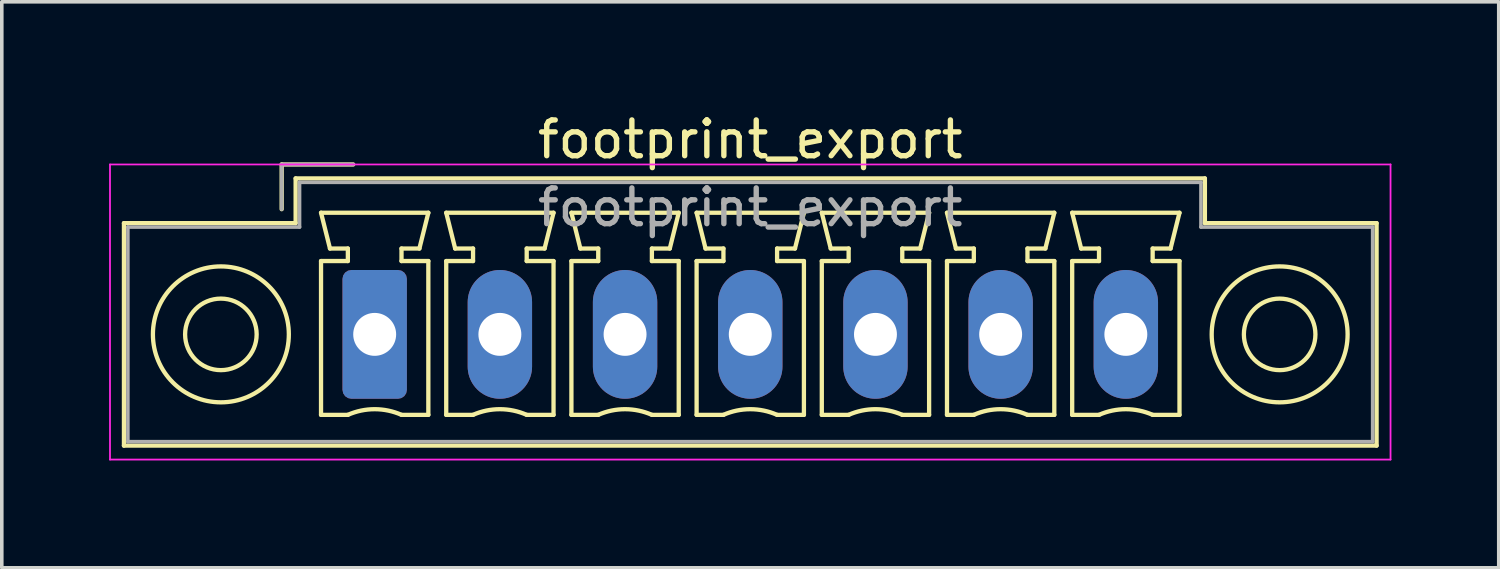
<source format=kicad_pcb>
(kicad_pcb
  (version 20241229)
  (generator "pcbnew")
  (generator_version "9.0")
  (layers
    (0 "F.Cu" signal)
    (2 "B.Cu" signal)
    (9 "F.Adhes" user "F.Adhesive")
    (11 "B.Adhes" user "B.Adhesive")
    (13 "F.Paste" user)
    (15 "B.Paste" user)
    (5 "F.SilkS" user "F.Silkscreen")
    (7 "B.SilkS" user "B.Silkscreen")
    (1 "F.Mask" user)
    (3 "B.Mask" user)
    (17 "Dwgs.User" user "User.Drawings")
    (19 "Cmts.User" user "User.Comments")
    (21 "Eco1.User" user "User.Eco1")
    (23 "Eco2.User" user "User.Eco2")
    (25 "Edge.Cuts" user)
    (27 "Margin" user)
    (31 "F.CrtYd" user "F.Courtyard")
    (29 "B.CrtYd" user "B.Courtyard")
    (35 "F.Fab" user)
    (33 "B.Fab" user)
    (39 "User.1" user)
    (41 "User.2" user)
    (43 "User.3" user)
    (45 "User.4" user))
  (footprint "footprint_export"
    (layer "F.Cu")
    (at 7.425 6.298)
    (property "Reference" "footprint_export" (at 10.5 -5.45 0) (layer "F.SilkS") (effects (font (size 1 1) (thickness 0.15))))
    (attr through_hole)
    (fp_line (start -7.01 -3.11) (end -7.01 3.11) (stroke (width 0.12) (type solid)) (layer "F.SilkS"))
    (fp_line (start -7.01 3.11) (end 28.01 3.11) (stroke (width 0.12) (type solid)) (layer "F.SilkS"))
    (fp_line (start -2.6 -4.75) (end -0.6 -4.75) (stroke (width 0.12) (type solid)) (layer "F.SilkS"))
    (fp_line (start -2.6 -3.5) (end -2.6 -4.75) (stroke (width 0.12) (type solid)) (layer "F.SilkS"))
    (fp_line (start -2.21 -4.36) (end -2.21 -3.11) (stroke (width 0.12) (type solid)) (layer "F.SilkS"))
    (fp_line (start -2.21 -3.11) (end -7.01 -3.11) (stroke (width 0.12) (type solid)) (layer "F.SilkS"))
    (fp_line (start -1.5 -3.4) (end 1.5 -3.4) (stroke (width 0.12) (type solid)) (layer "F.SilkS"))
    (fp_line (start -1.5 -2.05) (end -0.75 -2.05) (stroke (width 0.12) (type solid)) (layer "F.SilkS"))
    (fp_line (start -1.5 2.25) (end -1.5 -2.05) (stroke (width 0.12) (type solid)) (layer "F.SilkS"))
    (fp_line (start -1.25 -2.4) (end -1.5 -3.4) (stroke (width 0.12) (type solid)) (layer "F.SilkS"))
    (fp_line (start -0.75 -2.4) (end -1.25 -2.4) (stroke (width 0.12) (type solid)) (layer "F.SilkS"))
    (fp_line (start -0.75 -2.05) (end -0.75 -2.4) (stroke (width 0.12) (type solid)) (layer "F.SilkS"))
    (fp_line (start -0.75 2.25) (end -1.5 2.25) (stroke (width 0.12) (type solid)) (layer "F.SilkS"))
    (fp_line (start 0.75 -2.4) (end 0.75 -2.05) (stroke (width 0.12) (type solid)) (layer "F.SilkS"))
    (fp_line (start 0.75 -2.05) (end 1.5 -2.05) (stroke (width 0.12) (type solid)) (layer "F.SilkS"))
    (fp_line (start 1.25 -2.4) (end 0.75 -2.4) (stroke (width 0.12) (type solid)) (layer "F.SilkS"))
    (fp_line (start 1.5 -3.4) (end 1.25 -2.4) (stroke (width 0.12) (type solid)) (layer "F.SilkS"))
    (fp_line (start 1.5 -2.05) (end 1.5 2.25) (stroke (width 0.12) (type solid)) (layer "F.SilkS"))
    (fp_line (start 1.5 2.25) (end 0.75 2.25) (stroke (width 0.12) (type solid)) (layer "F.SilkS"))
    (fp_line (start 2 -3.4) (end 5 -3.4) (stroke (width 0.12) (type solid)) (layer "F.SilkS"))
    (fp_line (start 2 -2.05) (end 2.75 -2.05) (stroke (width 0.12) (type solid)) (layer "F.SilkS"))
    (fp_line (start 2 2.25) (end 2 -2.05) (stroke (width 0.12) (type solid)) (layer "F.SilkS"))
    (fp_line (start 2.25 -2.4) (end 2 -3.4) (stroke (width 0.12) (type solid)) (layer "F.SilkS"))
    (fp_line (start 2.75 -2.4) (end 2.25 -2.4) (stroke (width 0.12) (type solid)) (layer "F.SilkS"))
    (fp_line (start 2.75 -2.05) (end 2.75 -2.4) (stroke (width 0.12) (type solid)) (layer "F.SilkS"))
    (fp_line (start 2.75 2.25) (end 2 2.25) (stroke (width 0.12) (type solid)) (layer "F.SilkS"))
    (fp_line (start 4.25 -2.4) (end 4.25 -2.05) (stroke (width 0.12) (type solid)) (layer "F.SilkS"))
    (fp_line (start 4.25 -2.05) (end 5 -2.05) (stroke (width 0.12) (type solid)) (layer "F.SilkS"))
    (fp_line (start 4.75 -2.4) (end 4.25 -2.4) (stroke (width 0.12) (type solid)) (layer "F.SilkS"))
    (fp_line (start 5 -3.4) (end 4.75 -2.4) (stroke (width 0.12) (type solid)) (layer "F.SilkS"))
    (fp_line (start 5 -2.05) (end 5 2.25) (stroke (width 0.12) (type solid)) (layer "F.SilkS"))
    (fp_line (start 5 2.25) (end 4.25 2.25) (stroke (width 0.12) (type solid)) (layer "F.SilkS"))
    (fp_line (start 5.5 -3.4) (end 8.5 -3.4) (stroke (width 0.12) (type solid)) (layer "F.SilkS"))
    (fp_line (start 5.5 -2.05) (end 6.25 -2.05) (stroke (width 0.12) (type solid)) (layer "F.SilkS"))
    (fp_line (start 5.5 2.25) (end 5.5 -2.05) (stroke (width 0.12) (type solid)) (layer "F.SilkS"))
    (fp_line (start 5.75 -2.4) (end 5.5 -3.4) (stroke (width 0.12) (type solid)) (layer "F.SilkS"))
    (fp_line (start 6.25 -2.4) (end 5.75 -2.4) (stroke (width 0.12) (type solid)) (layer "F.SilkS"))
    (fp_line (start 6.25 -2.05) (end 6.25 -2.4) (stroke (width 0.12) (type solid)) (layer "F.SilkS"))
    (fp_line (start 6.25 2.25) (end 5.5 2.25) (stroke (width 0.12) (type solid)) (layer "F.SilkS"))
    (fp_line (start 7.75 -2.4) (end 7.75 -2.05) (stroke (width 0.12) (type solid)) (layer "F.SilkS"))
    (fp_line (start 7.75 -2.05) (end 8.5 -2.05) (stroke (width 0.12) (type solid)) (layer "F.SilkS"))
    (fp_line (start 8.25 -2.4) (end 7.75 -2.4) (stroke (width 0.12) (type solid)) (layer "F.SilkS"))
    (fp_line (start 8.5 -3.4) (end 8.25 -2.4) (stroke (width 0.12) (type solid)) (layer "F.SilkS"))
    (fp_line (start 8.5 -2.05) (end 8.5 2.25) (stroke (width 0.12) (type solid)) (layer "F.SilkS"))
    (fp_line (start 8.5 2.25) (end 7.75 2.25) (stroke (width 0.12) (type solid)) (layer "F.SilkS"))
    (fp_line (start 9 -3.4) (end 12 -3.4) (stroke (width 0.12) (type solid)) (layer "F.SilkS"))
    (fp_line (start 9 -2.05) (end 9.75 -2.05) (stroke (width 0.12) (type solid)) (layer "F.SilkS"))
    (fp_line (start 9 2.25) (end 9 -2.05) (stroke (width 0.12) (type solid)) (layer "F.SilkS"))
    (fp_line (start 9.25 -2.4) (end 9 -3.4) (stroke (width 0.12) (type solid)) (layer "F.SilkS"))
    (fp_line (start 9.75 -2.4) (end 9.25 -2.4) (stroke (width 0.12) (type solid)) (layer "F.SilkS"))
    (fp_line (start 9.75 -2.05) (end 9.75 -2.4) (stroke (width 0.12) (type solid)) (layer "F.SilkS"))
    (fp_line (start 9.75 2.25) (end 9 2.25) (stroke (width 0.12) (type solid)) (layer "F.SilkS"))
    (fp_line (start 11.25 -2.4) (end 11.25 -2.05) (stroke (width 0.12) (type solid)) (layer "F.SilkS"))
    (fp_line (start 11.25 -2.05) (end 12 -2.05) (stroke (width 0.12) (type solid)) (layer "F.SilkS"))
    (fp_line (start 11.75 -2.4) (end 11.25 -2.4) (stroke (width 0.12) (type solid)) (layer "F.SilkS"))
    (fp_line (start 12 -3.4) (end 11.75 -2.4) (stroke (width 0.12) (type solid)) (layer "F.SilkS"))
    (fp_line (start 12 -2.05) (end 12 2.25) (stroke (width 0.12) (type solid)) (layer "F.SilkS"))
    (fp_line (start 12 2.25) (end 11.25 2.25) (stroke (width 0.12) (type solid)) (layer "F.SilkS"))
    (fp_line (start 12.5 -3.4) (end 15.5 -3.4) (stroke (width 0.12) (type solid)) (layer "F.SilkS"))
    (fp_line (start 12.5 -2.05) (end 13.25 -2.05) (stroke (width 0.12) (type solid)) (layer "F.SilkS"))
    (fp_line (start 12.5 2.25) (end 12.5 -2.05) (stroke (width 0.12) (type solid)) (layer "F.SilkS"))
    (fp_line (start 12.75 -2.4) (end 12.5 -3.4) (stroke (width 0.12) (type solid)) (layer "F.SilkS"))
    (fp_line (start 13.25 -2.4) (end 12.75 -2.4) (stroke (width 0.12) (type solid)) (layer "F.SilkS"))
    (fp_line (start 13.25 -2.05) (end 13.25 -2.4) (stroke (width 0.12) (type solid)) (layer "F.SilkS"))
    (fp_line (start 13.25 2.25) (end 12.5 2.25) (stroke (width 0.12) (type solid)) (layer "F.SilkS"))
    (fp_line (start 14.75 -2.4) (end 14.75 -2.05) (stroke (width 0.12) (type solid)) (layer "F.SilkS"))
    (fp_line (start 14.75 -2.05) (end 15.5 -2.05) (stroke (width 0.12) (type solid)) (layer "F.SilkS"))
    (fp_line (start 15.25 -2.4) (end 14.75 -2.4) (stroke (width 0.12) (type solid)) (layer "F.SilkS"))
    (fp_line (start 15.5 -3.4) (end 15.25 -2.4) (stroke (width 0.12) (type solid)) (layer "F.SilkS"))
    (fp_line (start 15.5 -2.05) (end 15.5 2.25) (stroke (width 0.12) (type solid)) (layer "F.SilkS"))
    (fp_line (start 15.5 2.25) (end 14.75 2.25) (stroke (width 0.12) (type solid)) (layer "F.SilkS"))
    (fp_line (start 16 -3.4) (end 19 -3.4) (stroke (width 0.12) (type solid)) (layer "F.SilkS"))
    (fp_line (start 16 -2.05) (end 16.75 -2.05) (stroke (width 0.12) (type solid)) (layer "F.SilkS"))
    (fp_line (start 16 2.25) (end 16 -2.05) (stroke (width 0.12) (type solid)) (layer "F.SilkS"))
    (fp_line (start 16.25 -2.4) (end 16 -3.4) (stroke (width 0.12) (type solid)) (layer "F.SilkS"))
    (fp_line (start 16.75 -2.4) (end 16.25 -2.4) (stroke (width 0.12) (type solid)) (layer "F.SilkS"))
    (fp_line (start 16.75 -2.05) (end 16.75 -2.4) (stroke (width 0.12) (type solid)) (layer "F.SilkS"))
    (fp_line (start 16.75 2.25) (end 16 2.25) (stroke (width 0.12) (type solid)) (layer "F.SilkS"))
    (fp_line (start 18.25 -2.4) (end 18.25 -2.05) (stroke (width 0.12) (type solid)) (layer "F.SilkS"))
    (fp_line (start 18.25 -2.05) (end 19 -2.05) (stroke (width 0.12) (type solid)) (layer "F.SilkS"))
    (fp_line (start 18.75 -2.4) (end 18.25 -2.4) (stroke (width 0.12) (type solid)) (layer "F.SilkS"))
    (fp_line (start 19 -3.4) (end 18.75 -2.4) (stroke (width 0.12) (type solid)) (layer "F.SilkS"))
    (fp_line (start 19 -2.05) (end 19 2.25) (stroke (width 0.12) (type solid)) (layer "F.SilkS"))
    (fp_line (start 19 2.25) (end 18.25 2.25) (stroke (width 0.12) (type solid)) (layer "F.SilkS"))
    (fp_line (start 19.5 -3.4) (end 22.5 -3.4) (stroke (width 0.12) (type solid)) (layer "F.SilkS"))
    (fp_line (start 19.5 -2.05) (end 20.25 -2.05) (stroke (width 0.12) (type solid)) (layer "F.SilkS"))
    (fp_line (start 19.5 2.25) (end 19.5 -2.05) (stroke (width 0.12) (type solid)) (layer "F.SilkS"))
    (fp_line (start 19.75 -2.4) (end 19.5 -3.4) (stroke (width 0.12) (type solid)) (layer "F.SilkS"))
    (fp_line (start 20.25 -2.4) (end 19.75 -2.4) (stroke (width 0.12) (type solid)) (layer "F.SilkS"))
    (fp_line (start 20.25 -2.05) (end 20.25 -2.4) (stroke (width 0.12) (type solid)) (layer "F.SilkS"))
    (fp_line (start 20.25 2.25) (end 19.5 2.25) (stroke (width 0.12) (type solid)) (layer "F.SilkS"))
    (fp_line (start 21.75 -2.4) (end 21.75 -2.05) (stroke (width 0.12) (type solid)) (layer "F.SilkS"))
    (fp_line (start 21.75 -2.05) (end 22.5 -2.05) (stroke (width 0.12) (type solid)) (layer "F.SilkS"))
    (fp_line (start 22.25 -2.4) (end 21.75 -2.4) (stroke (width 0.12) (type solid)) (layer "F.SilkS"))
    (fp_line (start 22.5 -3.4) (end 22.25 -2.4) (stroke (width 0.12) (type solid)) (layer "F.SilkS"))
    (fp_line (start 22.5 -2.05) (end 22.5 2.25) (stroke (width 0.12) (type solid)) (layer "F.SilkS"))
    (fp_line (start 22.5 2.25) (end 21.75 2.25) (stroke (width 0.12) (type solid)) (layer "F.SilkS"))
    (fp_line (start 23.21 -4.36) (end -2.21 -4.36) (stroke (width 0.12) (type solid)) (layer "F.SilkS"))
    (fp_line (start 23.21 -3.11) (end 23.21 -4.36) (stroke (width 0.12) (type solid)) (layer "F.SilkS"))
    (fp_line (start 28.01 -3.11) (end 23.21 -3.11) (stroke (width 0.12) (type solid)) (layer "F.SilkS"))
    (fp_line (start 28.01 3.11) (end 28.01 -3.11) (stroke (width 0.12) (type solid)) (layer "F.SilkS"))
    (fp_arc (start -0.75 2.25) (mid -0.000193 2.09191) (end 0.749647 2.249844) (stroke (width 0.12) (type solid)) (layer "F.SilkS"))
    (fp_arc (start 2.75 2.25) (mid 3.499807 2.09191) (end 4.249647 2.249844) (stroke (width 0.12) (type solid)) (layer "F.SilkS"))
    (fp_arc (start 6.25 2.25) (mid 6.999807 2.09191) (end 7.749647 2.249844) (stroke (width 0.12) (type solid)) (layer "F.SilkS"))
    (fp_arc (start 9.75 2.25) (mid 10.499807 2.09191) (end 11.249647 2.249844) (stroke (width 0.12) (type solid)) (layer "F.SilkS"))
    (fp_arc (start 13.25 2.25) (mid 13.999807 2.09191) (end 14.749647 2.249844) (stroke (width 0.12) (type solid)) (layer "F.SilkS"))
    (fp_arc (start 16.75 2.25) (mid 17.499807 2.09191) (end 18.249647 2.249844) (stroke (width 0.12) (type solid)) (layer "F.SilkS"))
    (fp_arc (start 20.25 2.25) (mid 20.999807 2.09191) (end 21.749647 2.249844) (stroke (width 0.12) (type solid)) (layer "F.SilkS"))
    (fp_circle (center -4.3 0) (end -3.3 0) (stroke (width 0.12) (type solid)) (fill no) (layer "F.SilkS"))
    (fp_circle (center -4.3 0) (end -2.4 0) (stroke (width 0.12) (type solid)) (fill no) (layer "F.SilkS"))
    (fp_circle (center 25.3 0) (end 26.3 0) (stroke (width 0.12) (type solid)) (fill no) (layer "F.SilkS"))
    (fp_circle (center 25.3 0) (end 27.2 0) (stroke (width 0.12) (type solid)) (fill no) (layer "F.SilkS"))
    (fp_line (start -7.4 -4.75) (end -7.4 3.5) (stroke (width 0.05) (type solid)) (layer "F.CrtYd"))
    (fp_line (start -7.4 3.5) (end 28.4 3.5) (stroke (width 0.05) (type solid)) (layer "F.CrtYd"))
    (fp_line (start 28.4 -4.75) (end -7.4 -4.75) (stroke (width 0.05) (type solid)) (layer "F.CrtYd"))
    (fp_line (start 28.4 3.5) (end 28.4 -4.75) (stroke (width 0.05) (type solid)) (layer "F.CrtYd"))
    (fp_line (start -6.9 -3) (end -6.9 3) (stroke (width 0.1) (type solid)) (layer "F.Fab"))
    (fp_line (start -6.9 3) (end 27.9 3) (stroke (width 0.1) (type solid)) (layer "F.Fab"))
    (fp_line (start -2.6 -4.75) (end -0.6 -4.75) (stroke (width 0.1) (type solid)) (layer "F.Fab"))
    (fp_line (start -2.6 -3.5) (end -2.6 -4.75) (stroke (width 0.1) (type solid)) (layer "F.Fab"))
    (fp_line (start -2.1 -4.25) (end -2.1 -3) (stroke (width 0.1) (type solid)) (layer "F.Fab"))
    (fp_line (start -2.1 -3) (end -6.9 -3) (stroke (width 0.1) (type solid)) (layer "F.Fab"))
    (fp_line (start 23.1 -4.25) (end -2.1 -4.25) (stroke (width 0.1) (type solid)) (layer "F.Fab"))
    (fp_line (start 23.1 -3) (end 23.1 -4.25) (stroke (width 0.1) (type solid)) (layer "F.Fab"))
    (fp_line (start 27.9 -3) (end 23.1 -3) (stroke (width 0.1) (type solid)) (layer "F.Fab"))
    (fp_line (start 27.9 3) (end 27.9 -3) (stroke (width 0.1) (type solid)) (layer "F.Fab"))
    (fp_text user "${REFERENCE}" (at 10.5 -3.55 0) (layer "F.Fab") (effects (font (size 1 1) (thickness 0.15))))
    (pad "1" thru_hole roundrect (at 0 0) (size 1.8 3.6) (drill 1.2) (layers "*.Cu" "*.Mask") (roundrect_rratio 0.139))
    (pad "2" thru_hole oval (at 3.5 0) (size 1.8 3.6) (drill 1.2) (layers "*.Cu" "*.Mask"))
    (pad "3" thru_hole oval (at 7 0) (size 1.8 3.6) (drill 1.2) (layers "*.Cu" "*.Mask"))
    (pad "4" thru_hole oval (at 10.5 0) (size 1.8 3.6) (drill 1.2) (layers "*.Cu" "*.Mask"))
    (pad "5" thru_hole oval (at 14 0) (size 1.8 3.6) (drill 1.2) (layers "*.Cu" "*.Mask"))
    (pad "6" thru_hole oval (at 17.5 0) (size 1.8 3.6) (drill 1.2) (layers "*.Cu" "*.Mask"))
    (pad "7" thru_hole oval (at 21 0) (size 1.8 3.6) (drill 1.2) (layers "*.Cu" "*.Mask")))
  (gr_rect
    (start -3 -3)
    (end 38.85 12.823)
    (stroke (width 0.1) (type default))
    (fill no)
    (layer "Edge.Cuts")))
</source>
